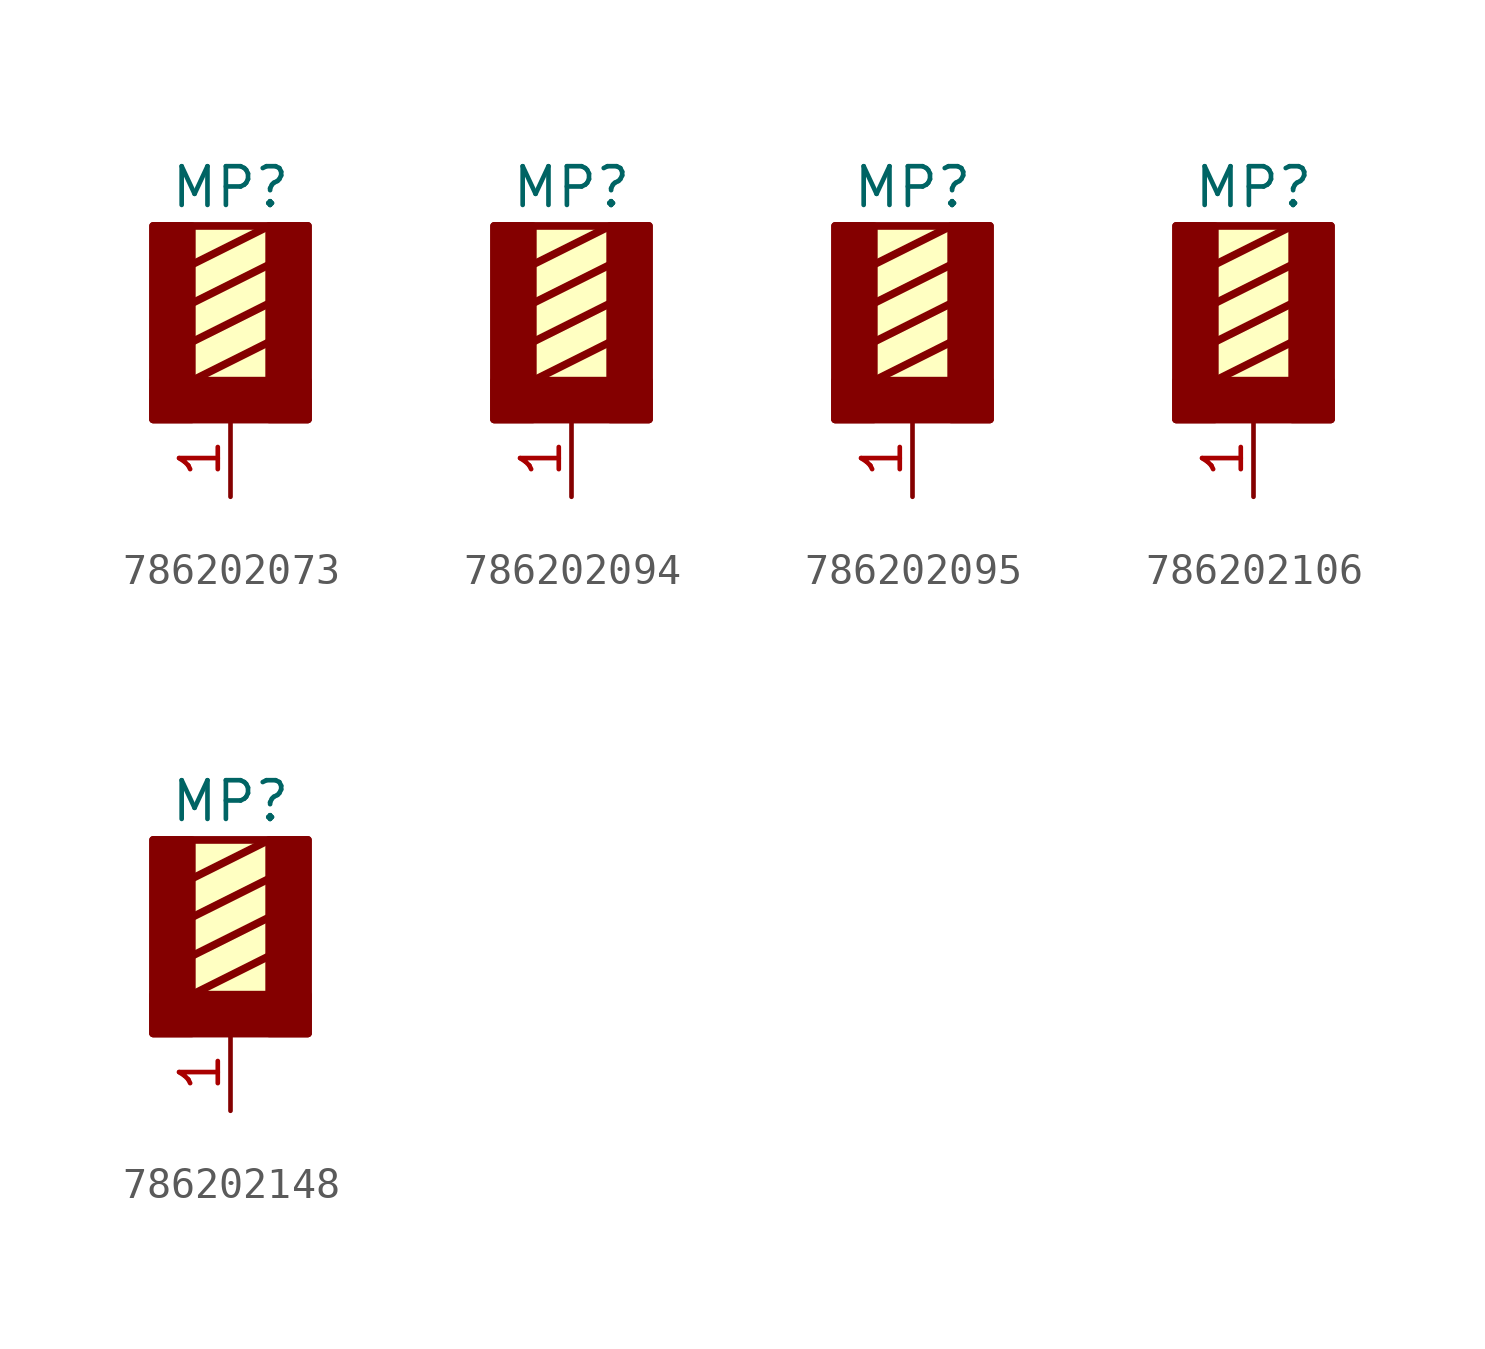
<source format=kicad_sym>
(kicad_symbol_lib
  (version 20220914)
  (generator kicad_symbol_editor)
  (symbol "786202073"
    (pin_names hide)
    (property "Reference" "MP"
      (at 0 5.08 0)
      (effects (font (size 1.27 1.27))))
    (symbol "786202073_0_0"
      (rectangle (start -2.54 3.81) (end 2.54 -2.54) (stroke (width 0.254) (type default)) (fill (type background)))
      (polyline (pts (xy -1.27 2.54) (xy 1.27 3.81)) (stroke (width 0.254) (type default)) (fill (type none)))
      (polyline (pts (xy 1.27 0) (xy -1.27 -1.27)) (stroke (width 0.254) (type default)) (fill (type none)))
      (polyline (pts (xy 1.27 1.27) (xy -1.27 0)) (stroke (width 0.254) (type default)) (fill (type none)))
      (polyline (pts (xy 1.27 2.54) (xy -1.27 1.27)) (stroke (width 0.254) (type default)) (fill (type none))))
    (symbol "786202073_1_0"
      (rectangle (start -2.54 -1.27) (end 2.54 -2.54) (stroke (width 0.254) (type default)) (fill (type outline)))
      (rectangle (start -2.54 3.81) (end -1.27 -2.54) (stroke (width 0.254) (type default)) (fill (type outline)))
      (rectangle (start 1.27 3.81) (end 2.54 -2.54) (stroke (width 0.254) (type default)) (fill (type outline)))
      (pin passive line (at 0 -5.08 90) (length 2.54) (name "1" (effects (font (size 1.27 1.27)))) (number "1" (effects (font (size 1.27 1.27)))))))
  (symbol "786202094"
    (pin_names hide)
    (property "Reference" "MP"
      (at 0 5.08 0)
      (effects (font (size 1.27 1.27))))
    (symbol "786202094_0_0"
      (rectangle (start -2.54 3.81) (end 2.54 -2.54) (stroke (width 0.254) (type default)) (fill (type background)))
      (polyline (pts (xy -1.27 2.54) (xy 1.27 3.81)) (stroke (width 0.254) (type default)) (fill (type none)))
      (polyline (pts (xy 1.27 0) (xy -1.27 -1.27)) (stroke (width 0.254) (type default)) (fill (type none)))
      (polyline (pts (xy 1.27 1.27) (xy -1.27 0)) (stroke (width 0.254) (type default)) (fill (type none)))
      (polyline (pts (xy 1.27 2.54) (xy -1.27 1.27)) (stroke (width 0.254) (type default)) (fill (type none))))
    (symbol "786202094_1_0"
      (rectangle (start -2.54 -1.27) (end 2.54 -2.54) (stroke (width 0.254) (type default)) (fill (type outline)))
      (rectangle (start -2.54 3.81) (end -1.27 -2.54) (stroke (width 0.254) (type default)) (fill (type outline)))
      (rectangle (start 1.27 3.81) (end 2.54 -2.54) (stroke (width 0.254) (type default)) (fill (type outline)))
      (pin passive line (at 0 -5.08 90) (length 2.54) (name "1" (effects (font (size 1.27 1.27)))) (number "1" (effects (font (size 1.27 1.27)))))))
  (symbol "786202095"
    (pin_names hide)
    (property "Reference" "MP"
      (at 0 5.08 0)
      (effects (font (size 1.27 1.27))))
    (symbol "786202095_0_0"
      (rectangle (start -2.54 3.81) (end 2.54 -2.54) (stroke (width 0.254) (type default)) (fill (type background)))
      (polyline (pts (xy -1.27 2.54) (xy 1.27 3.81)) (stroke (width 0.254) (type default)) (fill (type none)))
      (polyline (pts (xy 1.27 0) (xy -1.27 -1.27)) (stroke (width 0.254) (type default)) (fill (type none)))
      (polyline (pts (xy 1.27 1.27) (xy -1.27 0)) (stroke (width 0.254) (type default)) (fill (type none)))
      (polyline (pts (xy 1.27 2.54) (xy -1.27 1.27)) (stroke (width 0.254) (type default)) (fill (type none))))
    (symbol "786202095_1_0"
      (rectangle (start -2.54 -1.27) (end 2.54 -2.54) (stroke (width 0.254) (type default)) (fill (type outline)))
      (rectangle (start -2.54 3.81) (end -1.27 -2.54) (stroke (width 0.254) (type default)) (fill (type outline)))
      (rectangle (start 1.27 3.81) (end 2.54 -2.54) (stroke (width 0.254) (type default)) (fill (type outline)))
      (pin passive line (at 0 -5.08 90) (length 2.54) (name "1" (effects (font (size 1.27 1.27)))) (number "1" (effects (font (size 1.27 1.27)))))))
  (symbol "786202106"
    (pin_names hide)
    (property "Reference" "MP"
      (at 0 5.08 0)
      (effects (font (size 1.27 1.27))))
    (symbol "786202106_0_0"
      (rectangle (start -2.54 3.81) (end 2.54 -2.54) (stroke (width 0.254) (type default)) (fill (type background)))
      (polyline (pts (xy -1.27 2.54) (xy 1.27 3.81)) (stroke (width 0.254) (type default)) (fill (type none)))
      (polyline (pts (xy 1.27 0) (xy -1.27 -1.27)) (stroke (width 0.254) (type default)) (fill (type none)))
      (polyline (pts (xy 1.27 1.27) (xy -1.27 0)) (stroke (width 0.254) (type default)) (fill (type none)))
      (polyline (pts (xy 1.27 2.54) (xy -1.27 1.27)) (stroke (width 0.254) (type default)) (fill (type none))))
    (symbol "786202106_1_0"
      (rectangle (start -2.54 -1.27) (end 2.54 -2.54) (stroke (width 0.254) (type default)) (fill (type outline)))
      (rectangle (start -2.54 3.81) (end -1.27 -2.54) (stroke (width 0.254) (type default)) (fill (type outline)))
      (rectangle (start 1.27 3.81) (end 2.54 -2.54) (stroke (width 0.254) (type default)) (fill (type outline)))
      (pin passive line (at 0 -5.08 90) (length 2.54) (name "1" (effects (font (size 1.27 1.27)))) (number "1" (effects (font (size 1.27 1.27)))))))
  (symbol "786202148"
    (pin_names hide)
    (property "Reference" "MP"
      (at 0 5.08 0)
      (effects (font (size 1.27 1.27))))
    (symbol "786202148_0_0"
      (rectangle (start -2.54 3.81) (end 2.54 -2.54) (stroke (width 0.254) (type default)) (fill (type background)))
      (polyline (pts (xy -1.27 2.54) (xy 1.27 3.81)) (stroke (width 0.254) (type default)) (fill (type none)))
      (polyline (pts (xy 1.27 0) (xy -1.27 -1.27)) (stroke (width 0.254) (type default)) (fill (type none)))
      (polyline (pts (xy 1.27 1.27) (xy -1.27 0)) (stroke (width 0.254) (type default)) (fill (type none)))
      (polyline (pts (xy 1.27 2.54) (xy -1.27 1.27)) (stroke (width 0.254) (type default)) (fill (type none))))
    (symbol "786202148_1_0"
      (rectangle (start -2.54 -1.27) (end 2.54 -2.54) (stroke (width 0.254) (type default)) (fill (type outline)))
      (rectangle (start -2.54 3.81) (end -1.27 -2.54) (stroke (width 0.254) (type default)) (fill (type outline)))
      (rectangle (start 1.27 3.81) (end 2.54 -2.54) (stroke (width 0.254) (type default)) (fill (type outline)))
      (pin passive line (at 0 -5.08 90) (length 2.54) (name "1" (effects (font (size 1.27 1.27)))) (number "1" (effects (font (size 1.27 1.27))))))))
</source>
